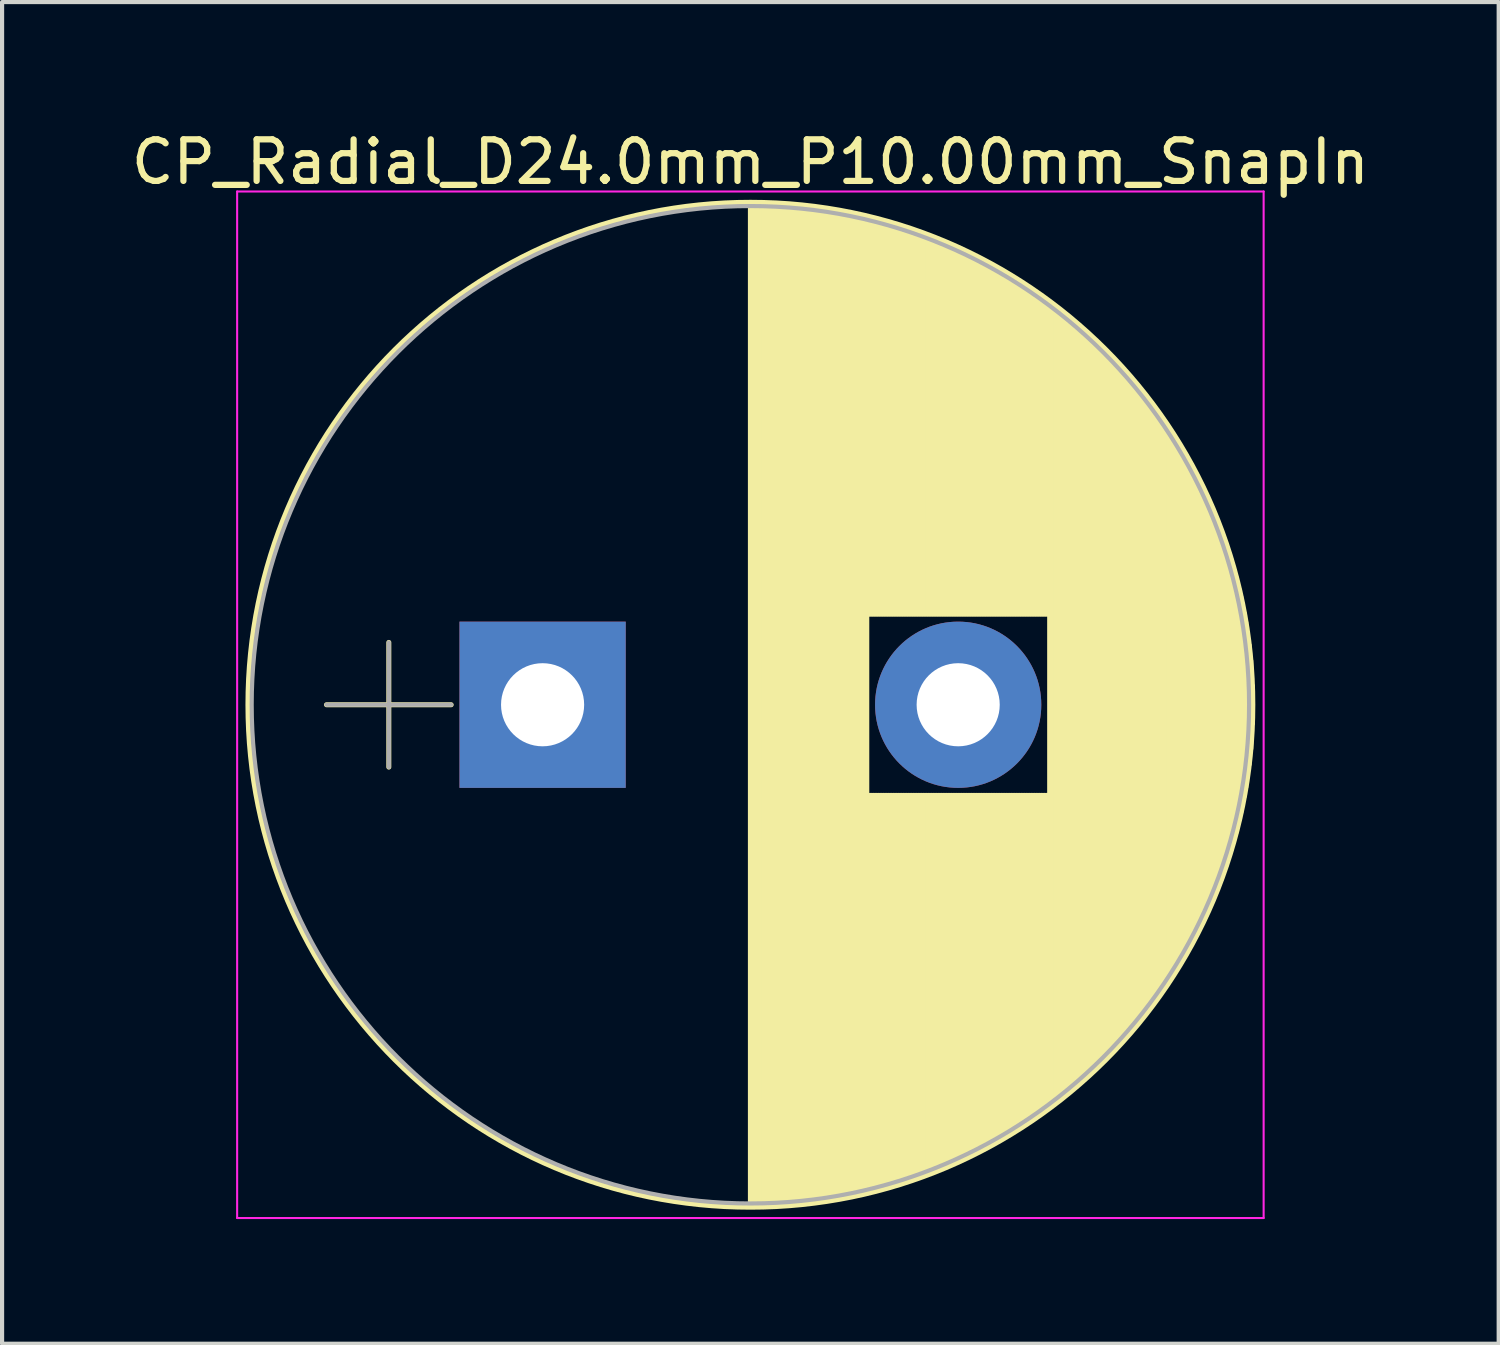
<source format=kicad_pcb>
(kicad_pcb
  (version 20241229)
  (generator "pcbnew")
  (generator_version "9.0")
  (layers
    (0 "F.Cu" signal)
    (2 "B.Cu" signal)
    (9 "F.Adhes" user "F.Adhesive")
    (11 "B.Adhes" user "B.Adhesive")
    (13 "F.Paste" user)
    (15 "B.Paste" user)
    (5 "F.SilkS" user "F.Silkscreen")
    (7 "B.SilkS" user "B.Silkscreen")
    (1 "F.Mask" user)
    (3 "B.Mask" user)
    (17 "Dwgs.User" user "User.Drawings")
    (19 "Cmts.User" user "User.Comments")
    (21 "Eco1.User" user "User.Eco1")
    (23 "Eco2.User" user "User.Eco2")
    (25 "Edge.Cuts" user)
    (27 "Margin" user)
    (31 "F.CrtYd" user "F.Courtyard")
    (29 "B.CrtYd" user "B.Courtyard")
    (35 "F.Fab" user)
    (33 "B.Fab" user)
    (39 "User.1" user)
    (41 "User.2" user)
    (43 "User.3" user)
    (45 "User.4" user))
  (footprint "CP_Radial_D24.0mm_P10.00mm_SnapIn"
    (layer "F.Cu")
    (at 10.006 13.908)
    (property "Reference" "CP_Radial_D24.0mm_P10.00mm_SnapIn" (at 5 -13.06 0) (layer "F.SilkS") (effects (font (size 1 1) (thickness 0.15))))
    (attr through_hole)
    (fp_line (start -5.2 0) (end -2.2 0) (stroke (width 0.12) (type solid)) (layer "F.SilkS"))
    (fp_line (start -3.7 -1.5) (end -3.7 1.5) (stroke (width 0.12) (type solid)) (layer "F.SilkS"))
    (fp_line (start 5 -12.05) (end 5 12.05) (stroke (width 0.12) (type solid)) (layer "F.SilkS"))
    (fp_line (start 5.04 -12.05) (end 5.04 12.05) (stroke (width 0.12) (type solid)) (layer "F.SilkS"))
    (fp_line (start 5.08 -12.05) (end 5.08 12.05) (stroke (width 0.12) (type solid)) (layer "F.SilkS"))
    (fp_line (start 5.12 -12.05) (end 5.12 12.05) (stroke (width 0.12) (type solid)) (layer "F.SilkS"))
    (fp_line (start 5.16 -12.049) (end 5.16 12.049) (stroke (width 0.12) (type solid)) (layer "F.SilkS"))
    (fp_line (start 5.2 -12.049) (end 5.2 12.049) (stroke (width 0.12) (type solid)) (layer "F.SilkS"))
    (fp_line (start 5.24 -12.048) (end 5.24 12.048) (stroke (width 0.12) (type solid)) (layer "F.SilkS"))
    (fp_line (start 5.28 -12.047) (end 5.28 12.047) (stroke (width 0.12) (type solid)) (layer "F.SilkS"))
    (fp_line (start 5.32 -12.046) (end 5.32 12.046) (stroke (width 0.12) (type solid)) (layer "F.SilkS"))
    (fp_line (start 5.36 -12.045) (end 5.36 12.045) (stroke (width 0.12) (type solid)) (layer "F.SilkS"))
    (fp_line (start 5.4 -12.044) (end 5.4 12.044) (stroke (width 0.12) (type solid)) (layer "F.SilkS"))
    (fp_line (start 5.44 -12.042) (end 5.44 12.042) (stroke (width 0.12) (type solid)) (layer "F.SilkS"))
    (fp_line (start 5.48 -12.041) (end 5.48 12.041) (stroke (width 0.12) (type solid)) (layer "F.SilkS"))
    (fp_line (start 5.52 -12.039) (end 5.52 12.039) (stroke (width 0.12) (type solid)) (layer "F.SilkS"))
    (fp_line (start 5.56 -12.038) (end 5.56 12.038) (stroke (width 0.12) (type solid)) (layer "F.SilkS"))
    (fp_line (start 5.6 -12.036) (end 5.6 12.036) (stroke (width 0.12) (type solid)) (layer "F.SilkS"))
    (fp_line (start 5.64 -12.034) (end 5.64 12.034) (stroke (width 0.12) (type solid)) (layer "F.SilkS"))
    (fp_line (start 5.68 -12.031) (end 5.68 12.031) (stroke (width 0.12) (type solid)) (layer "F.SilkS"))
    (fp_line (start 5.721 -12.029) (end 5.721 12.029) (stroke (width 0.12) (type solid)) (layer "F.SilkS"))
    (fp_line (start 5.761 -12.027) (end 5.761 12.027) (stroke (width 0.12) (type solid)) (layer "F.SilkS"))
    (fp_line (start 5.801 -12.024) (end 5.801 12.024) (stroke (width 0.12) (type solid)) (layer "F.SilkS"))
    (fp_line (start 5.841 -12.021) (end 5.841 12.021) (stroke (width 0.12) (type solid)) (layer "F.SilkS"))
    (fp_line (start 5.881 -12.018) (end 5.881 12.018) (stroke (width 0.12) (type solid)) (layer "F.SilkS"))
    (fp_line (start 5.921 -12.015) (end 5.921 12.015) (stroke (width 0.12) (type solid)) (layer "F.SilkS"))
    (fp_line (start 5.961 -12.012) (end 5.961 12.012) (stroke (width 0.12) (type solid)) (layer "F.SilkS"))
    (fp_line (start 6.001 -12.009) (end 6.001 12.009) (stroke (width 0.12) (type solid)) (layer "F.SilkS"))
    (fp_line (start 6.041 -12.006) (end 6.041 12.006) (stroke (width 0.12) (type solid)) (layer "F.SilkS"))
    (fp_line (start 6.081 -12.002) (end 6.081 12.002) (stroke (width 0.12) (type solid)) (layer "F.SilkS"))
    (fp_line (start 6.121 -11.999) (end 6.121 11.999) (stroke (width 0.12) (type solid)) (layer "F.SilkS"))
    (fp_line (start 6.161 -11.995) (end 6.161 11.995) (stroke (width 0.12) (type solid)) (layer "F.SilkS"))
    (fp_line (start 6.201 -11.991) (end 6.201 11.991) (stroke (width 0.12) (type solid)) (layer "F.SilkS"))
    (fp_line (start 6.241 -11.987) (end 6.241 11.987) (stroke (width 0.12) (type solid)) (layer "F.SilkS"))
    (fp_line (start 6.281 -11.983) (end 6.281 11.983) (stroke (width 0.12) (type solid)) (layer "F.SilkS"))
    (fp_line (start 6.321 -11.978) (end 6.321 11.978) (stroke (width 0.12) (type solid)) (layer "F.SilkS"))
    (fp_line (start 6.361 -11.974) (end 6.361 11.974) (stroke (width 0.12) (type solid)) (layer "F.SilkS"))
    (fp_line (start 6.401 -11.969) (end 6.401 11.969) (stroke (width 0.12) (type solid)) (layer "F.SilkS"))
    (fp_line (start 6.441 -11.964) (end 6.441 11.964) (stroke (width 0.12) (type solid)) (layer "F.SilkS"))
    (fp_line (start 6.481 -11.96) (end 6.481 11.96) (stroke (width 0.12) (type solid)) (layer "F.SilkS"))
    (fp_line (start 6.521 -11.955) (end 6.521 11.955) (stroke (width 0.12) (type solid)) (layer "F.SilkS"))
    (fp_line (start 6.561 -11.949) (end 6.561 11.949) (stroke (width 0.12) (type solid)) (layer "F.SilkS"))
    (fp_line (start 6.601 -11.944) (end 6.601 11.944) (stroke (width 0.12) (type solid)) (layer "F.SilkS"))
    (fp_line (start 6.641 -11.939) (end 6.641 11.939) (stroke (width 0.12) (type solid)) (layer "F.SilkS"))
    (fp_line (start 6.681 -11.933) (end 6.681 11.933) (stroke (width 0.12) (type solid)) (layer "F.SilkS"))
    (fp_line (start 6.721 -11.928) (end 6.721 11.928) (stroke (width 0.12) (type solid)) (layer "F.SilkS"))
    (fp_line (start 6.761 -11.922) (end 6.761 11.922) (stroke (width 0.12) (type solid)) (layer "F.SilkS"))
    (fp_line (start 6.801 -11.916) (end 6.801 11.916) (stroke (width 0.12) (type solid)) (layer "F.SilkS"))
    (fp_line (start 6.841 -11.91) (end 6.841 11.91) (stroke (width 0.12) (type solid)) (layer "F.SilkS"))
    (fp_line (start 6.881 -11.903) (end 6.881 11.903) (stroke (width 0.12) (type solid)) (layer "F.SilkS"))
    (fp_line (start 6.921 -11.897) (end 6.921 11.897) (stroke (width 0.12) (type solid)) (layer "F.SilkS"))
    (fp_line (start 6.961 -11.891) (end 6.961 11.891) (stroke (width 0.12) (type solid)) (layer "F.SilkS"))
    (fp_line (start 7.001 -11.884) (end 7.001 11.884) (stroke (width 0.12) (type solid)) (layer "F.SilkS"))
    (fp_line (start 7.041 -11.877) (end 7.041 11.877) (stroke (width 0.12) (type solid)) (layer "F.SilkS"))
    (fp_line (start 7.081 -11.87) (end 7.081 11.87) (stroke (width 0.12) (type solid)) (layer "F.SilkS"))
    (fp_line (start 7.121 -11.863) (end 7.121 11.863) (stroke (width 0.12) (type solid)) (layer "F.SilkS"))
    (fp_line (start 7.161 -11.856) (end 7.161 11.856) (stroke (width 0.12) (type solid)) (layer "F.SilkS"))
    (fp_line (start 7.201 -11.849) (end 7.201 11.849) (stroke (width 0.12) (type solid)) (layer "F.SilkS"))
    (fp_line (start 7.241 -11.841) (end 7.241 11.841) (stroke (width 0.12) (type solid)) (layer "F.SilkS"))
    (fp_line (start 7.281 -11.834) (end 7.281 11.834) (stroke (width 0.12) (type solid)) (layer "F.SilkS"))
    (fp_line (start 7.321 -11.826) (end 7.321 11.826) (stroke (width 0.12) (type solid)) (layer "F.SilkS"))
    (fp_line (start 7.361 -11.818) (end 7.361 11.818) (stroke (width 0.12) (type solid)) (layer "F.SilkS"))
    (fp_line (start 7.401 -11.81) (end 7.401 11.81) (stroke (width 0.12) (type solid)) (layer "F.SilkS"))
    (fp_line (start 7.441 -11.802) (end 7.441 11.802) (stroke (width 0.12) (type solid)) (layer "F.SilkS"))
    (fp_line (start 7.481 -11.793) (end 7.481 11.793) (stroke (width 0.12) (type solid)) (layer "F.SilkS"))
    (fp_line (start 7.521 -11.785) (end 7.521 11.785) (stroke (width 0.12) (type solid)) (layer "F.SilkS"))
    (fp_line (start 7.561 -11.776) (end 7.561 11.776) (stroke (width 0.12) (type solid)) (layer "F.SilkS"))
    (fp_line (start 7.601 -11.768) (end 7.601 11.768) (stroke (width 0.12) (type solid)) (layer "F.SilkS"))
    (fp_line (start 7.641 -11.759) (end 7.641 11.759) (stroke (width 0.12) (type solid)) (layer "F.SilkS"))
    (fp_line (start 7.681 -11.75) (end 7.681 11.75) (stroke (width 0.12) (type solid)) (layer "F.SilkS"))
    (fp_line (start 7.721 -11.741) (end 7.721 11.741) (stroke (width 0.12) (type solid)) (layer "F.SilkS"))
    (fp_line (start 7.761 -11.731) (end 7.761 11.731) (stroke (width 0.12) (type solid)) (layer "F.SilkS"))
    (fp_line (start 7.801 -11.722) (end 7.801 11.722) (stroke (width 0.12) (type solid)) (layer "F.SilkS"))
    (fp_line (start 7.841 -11.712) (end 7.841 -2.18) (stroke (width 0.12) (type solid)) (layer "F.SilkS"))
    (fp_line (start 7.841 2.18) (end 7.841 11.712) (stroke (width 0.12) (type solid)) (layer "F.SilkS"))
    (fp_line (start 7.881 -11.702) (end 7.881 -2.18) (stroke (width 0.12) (type solid)) (layer "F.SilkS"))
    (fp_line (start 7.881 2.18) (end 7.881 11.702) (stroke (width 0.12) (type solid)) (layer "F.SilkS"))
    (fp_line (start 7.921 -11.693) (end 7.921 -2.18) (stroke (width 0.12) (type solid)) (layer "F.SilkS"))
    (fp_line (start 7.921 2.18) (end 7.921 11.693) (stroke (width 0.12) (type solid)) (layer "F.SilkS"))
    (fp_line (start 7.961 -11.683) (end 7.961 -2.18) (stroke (width 0.12) (type solid)) (layer "F.SilkS"))
    (fp_line (start 7.961 2.18) (end 7.961 11.683) (stroke (width 0.12) (type solid)) (layer "F.SilkS"))
    (fp_line (start 8.001 -11.672) (end 8.001 -2.18) (stroke (width 0.12) (type solid)) (layer "F.SilkS"))
    (fp_line (start 8.001 2.18) (end 8.001 11.672) (stroke (width 0.12) (type solid)) (layer "F.SilkS"))
    (fp_line (start 8.041 -11.662) (end 8.041 -2.18) (stroke (width 0.12) (type solid)) (layer "F.SilkS"))
    (fp_line (start 8.041 2.18) (end 8.041 11.662) (stroke (width 0.12) (type solid)) (layer "F.SilkS"))
    (fp_line (start 8.081 -11.652) (end 8.081 -2.18) (stroke (width 0.12) (type solid)) (layer "F.SilkS"))
    (fp_line (start 8.081 2.18) (end 8.081 11.652) (stroke (width 0.12) (type solid)) (layer "F.SilkS"))
    (fp_line (start 8.121 -11.641) (end 8.121 -2.18) (stroke (width 0.12) (type solid)) (layer "F.SilkS"))
    (fp_line (start 8.121 2.18) (end 8.121 11.641) (stroke (width 0.12) (type solid)) (layer "F.SilkS"))
    (fp_line (start 8.161 -11.63) (end 8.161 -2.18) (stroke (width 0.12) (type solid)) (layer "F.SilkS"))
    (fp_line (start 8.161 2.18) (end 8.161 11.63) (stroke (width 0.12) (type solid)) (layer "F.SilkS"))
    (fp_line (start 8.201 -11.619) (end 8.201 -2.18) (stroke (width 0.12) (type solid)) (layer "F.SilkS"))
    (fp_line (start 8.201 2.18) (end 8.201 11.619) (stroke (width 0.12) (type solid)) (layer "F.SilkS"))
    (fp_line (start 8.241 -11.608) (end 8.241 -2.18) (stroke (width 0.12) (type solid)) (layer "F.SilkS"))
    (fp_line (start 8.241 2.18) (end 8.241 11.608) (stroke (width 0.12) (type solid)) (layer "F.SilkS"))
    (fp_line (start 8.281 -11.597) (end 8.281 -2.18) (stroke (width 0.12) (type solid)) (layer "F.SilkS"))
    (fp_line (start 8.281 2.18) (end 8.281 11.597) (stroke (width 0.12) (type solid)) (layer "F.SilkS"))
    (fp_line (start 8.321 -11.586) (end 8.321 -2.18) (stroke (width 0.12) (type solid)) (layer "F.SilkS"))
    (fp_line (start 8.321 2.18) (end 8.321 11.586) (stroke (width 0.12) (type solid)) (layer "F.SilkS"))
    (fp_line (start 8.361 -11.574) (end 8.361 -2.18) (stroke (width 0.12) (type solid)) (layer "F.SilkS"))
    (fp_line (start 8.361 2.18) (end 8.361 11.574) (stroke (width 0.12) (type solid)) (layer "F.SilkS"))
    (fp_line (start 8.401 -11.563) (end 8.401 -2.18) (stroke (width 0.12) (type solid)) (layer "F.SilkS"))
    (fp_line (start 8.401 2.18) (end 8.401 11.563) (stroke (width 0.12) (type solid)) (layer "F.SilkS"))
    (fp_line (start 8.441 -11.551) (end 8.441 -2.18) (stroke (width 0.12) (type solid)) (layer "F.SilkS"))
    (fp_line (start 8.441 2.18) (end 8.441 11.551) (stroke (width 0.12) (type solid)) (layer "F.SilkS"))
    (fp_line (start 8.481 -11.539) (end 8.481 -2.18) (stroke (width 0.12) (type solid)) (layer "F.SilkS"))
    (fp_line (start 8.481 2.18) (end 8.481 11.539) (stroke (width 0.12) (type solid)) (layer "F.SilkS"))
    (fp_line (start 8.521 -11.527) (end 8.521 -2.18) (stroke (width 0.12) (type solid)) (layer "F.SilkS"))
    (fp_line (start 8.521 2.18) (end 8.521 11.527) (stroke (width 0.12) (type solid)) (layer "F.SilkS"))
    (fp_line (start 8.561 -11.514) (end 8.561 -2.18) (stroke (width 0.12) (type solid)) (layer "F.SilkS"))
    (fp_line (start 8.561 2.18) (end 8.561 11.514) (stroke (width 0.12) (type solid)) (layer "F.SilkS"))
    (fp_line (start 8.601 -11.502) (end 8.601 -2.18) (stroke (width 0.12) (type solid)) (layer "F.SilkS"))
    (fp_line (start 8.601 2.18) (end 8.601 11.502) (stroke (width 0.12) (type solid)) (layer "F.SilkS"))
    (fp_line (start 8.641 -11.49) (end 8.641 -2.18) (stroke (width 0.12) (type solid)) (layer "F.SilkS"))
    (fp_line (start 8.641 2.18) (end 8.641 11.49) (stroke (width 0.12) (type solid)) (layer "F.SilkS"))
    (fp_line (start 8.681 -11.477) (end 8.681 -2.18) (stroke (width 0.12) (type solid)) (layer "F.SilkS"))
    (fp_line (start 8.681 2.18) (end 8.681 11.477) (stroke (width 0.12) (type solid)) (layer "F.SilkS"))
    (fp_line (start 8.721 -11.464) (end 8.721 -2.18) (stroke (width 0.12) (type solid)) (layer "F.SilkS"))
    (fp_line (start 8.721 2.18) (end 8.721 11.464) (stroke (width 0.12) (type solid)) (layer "F.SilkS"))
    (fp_line (start 8.761 -11.451) (end 8.761 -2.18) (stroke (width 0.12) (type solid)) (layer "F.SilkS"))
    (fp_line (start 8.761 2.18) (end 8.761 11.451) (stroke (width 0.12) (type solid)) (layer "F.SilkS"))
    (fp_line (start 8.801 -11.438) (end 8.801 -2.18) (stroke (width 0.12) (type solid)) (layer "F.SilkS"))
    (fp_line (start 8.801 2.18) (end 8.801 11.438) (stroke (width 0.12) (type solid)) (layer "F.SilkS"))
    (fp_line (start 8.841 -11.424) (end 8.841 -2.18) (stroke (width 0.12) (type solid)) (layer "F.SilkS"))
    (fp_line (start 8.841 2.18) (end 8.841 11.424) (stroke (width 0.12) (type solid)) (layer "F.SilkS"))
    (fp_line (start 8.881 -11.411) (end 8.881 -2.18) (stroke (width 0.12) (type solid)) (layer "F.SilkS"))
    (fp_line (start 8.881 2.18) (end 8.881 11.411) (stroke (width 0.12) (type solid)) (layer "F.SilkS"))
    (fp_line (start 8.921 -11.397) (end 8.921 -2.18) (stroke (width 0.12) (type solid)) (layer "F.SilkS"))
    (fp_line (start 8.921 2.18) (end 8.921 11.397) (stroke (width 0.12) (type solid)) (layer "F.SilkS"))
    (fp_line (start 8.961 -11.384) (end 8.961 -2.18) (stroke (width 0.12) (type solid)) (layer "F.SilkS"))
    (fp_line (start 8.961 2.18) (end 8.961 11.384) (stroke (width 0.12) (type solid)) (layer "F.SilkS"))
    (fp_line (start 9.001 -11.37) (end 9.001 -2.18) (stroke (width 0.12) (type solid)) (layer "F.SilkS"))
    (fp_line (start 9.001 2.18) (end 9.001 11.37) (stroke (width 0.12) (type solid)) (layer "F.SilkS"))
    (fp_line (start 9.041 -11.356) (end 9.041 -2.18) (stroke (width 0.12) (type solid)) (layer "F.SilkS"))
    (fp_line (start 9.041 2.18) (end 9.041 11.356) (stroke (width 0.12) (type solid)) (layer "F.SilkS"))
    (fp_line (start 9.081 -11.341) (end 9.081 -2.18) (stroke (width 0.12) (type solid)) (layer "F.SilkS"))
    (fp_line (start 9.081 2.18) (end 9.081 11.341) (stroke (width 0.12) (type solid)) (layer "F.SilkS"))
    (fp_line (start 9.121 -11.327) (end 9.121 -2.18) (stroke (width 0.12) (type solid)) (layer "F.SilkS"))
    (fp_line (start 9.121 2.18) (end 9.121 11.327) (stroke (width 0.12) (type solid)) (layer "F.SilkS"))
    (fp_line (start 9.161 -11.312) (end 9.161 -2.18) (stroke (width 0.12) (type solid)) (layer "F.SilkS"))
    (fp_line (start 9.161 2.18) (end 9.161 11.312) (stroke (width 0.12) (type solid)) (layer "F.SilkS"))
    (fp_line (start 9.201 -11.298) (end 9.201 -2.18) (stroke (width 0.12) (type solid)) (layer "F.SilkS"))
    (fp_line (start 9.201 2.18) (end 9.201 11.298) (stroke (width 0.12) (type solid)) (layer "F.SilkS"))
    (fp_line (start 9.241 -11.283) (end 9.241 -2.18) (stroke (width 0.12) (type solid)) (layer "F.SilkS"))
    (fp_line (start 9.241 2.18) (end 9.241 11.283) (stroke (width 0.12) (type solid)) (layer "F.SilkS"))
    (fp_line (start 9.281 -11.268) (end 9.281 -2.18) (stroke (width 0.12) (type solid)) (layer "F.SilkS"))
    (fp_line (start 9.281 2.18) (end 9.281 11.268) (stroke (width 0.12) (type solid)) (layer "F.SilkS"))
    (fp_line (start 9.321 -11.252) (end 9.321 -2.18) (stroke (width 0.12) (type solid)) (layer "F.SilkS"))
    (fp_line (start 9.321 2.18) (end 9.321 11.252) (stroke (width 0.12) (type solid)) (layer "F.SilkS"))
    (fp_line (start 9.361 -11.237) (end 9.361 -2.18) (stroke (width 0.12) (type solid)) (layer "F.SilkS"))
    (fp_line (start 9.361 2.18) (end 9.361 11.237) (stroke (width 0.12) (type solid)) (layer "F.SilkS"))
    (fp_line (start 9.401 -11.221) (end 9.401 -2.18) (stroke (width 0.12) (type solid)) (layer "F.SilkS"))
    (fp_line (start 9.401 2.18) (end 9.401 11.221) (stroke (width 0.12) (type solid)) (layer "F.SilkS"))
    (fp_line (start 9.441 -11.206) (end 9.441 -2.18) (stroke (width 0.12) (type solid)) (layer "F.SilkS"))
    (fp_line (start 9.441 2.18) (end 9.441 11.206) (stroke (width 0.12) (type solid)) (layer "F.SilkS"))
    (fp_line (start 9.481 -11.19) (end 9.481 -2.18) (stroke (width 0.12) (type solid)) (layer "F.SilkS"))
    (fp_line (start 9.481 2.18) (end 9.481 11.19) (stroke (width 0.12) (type solid)) (layer "F.SilkS"))
    (fp_line (start 9.521 -11.174) (end 9.521 -2.18) (stroke (width 0.12) (type solid)) (layer "F.SilkS"))
    (fp_line (start 9.521 2.18) (end 9.521 11.174) (stroke (width 0.12) (type solid)) (layer "F.SilkS"))
    (fp_line (start 9.561 -11.158) (end 9.561 -2.18) (stroke (width 0.12) (type solid)) (layer "F.SilkS"))
    (fp_line (start 9.561 2.18) (end 9.561 11.158) (stroke (width 0.12) (type solid)) (layer "F.SilkS"))
    (fp_line (start 9.601 -11.141) (end 9.601 -2.18) (stroke (width 0.12) (type solid)) (layer "F.SilkS"))
    (fp_line (start 9.601 2.18) (end 9.601 11.141) (stroke (width 0.12) (type solid)) (layer "F.SilkS"))
    (fp_line (start 9.641 -11.125) (end 9.641 -2.18) (stroke (width 0.12) (type solid)) (layer "F.SilkS"))
    (fp_line (start 9.641 2.18) (end 9.641 11.125) (stroke (width 0.12) (type solid)) (layer "F.SilkS"))
    (fp_line (start 9.681 -11.108) (end 9.681 -2.18) (stroke (width 0.12) (type solid)) (layer "F.SilkS"))
    (fp_line (start 9.681 2.18) (end 9.681 11.108) (stroke (width 0.12) (type solid)) (layer "F.SilkS"))
    (fp_line (start 9.721 -11.091) (end 9.721 -2.18) (stroke (width 0.12) (type solid)) (layer "F.SilkS"))
    (fp_line (start 9.721 2.18) (end 9.721 11.091) (stroke (width 0.12) (type solid)) (layer "F.SilkS"))
    (fp_line (start 9.761 -11.074) (end 9.761 -2.18) (stroke (width 0.12) (type solid)) (layer "F.SilkS"))
    (fp_line (start 9.761 2.18) (end 9.761 11.074) (stroke (width 0.12) (type solid)) (layer "F.SilkS"))
    (fp_line (start 9.801 -11.057) (end 9.801 -2.18) (stroke (width 0.12) (type solid)) (layer "F.SilkS"))
    (fp_line (start 9.801 2.18) (end 9.801 11.057) (stroke (width 0.12) (type solid)) (layer "F.SilkS"))
    (fp_line (start 9.841 -11.039) (end 9.841 -2.18) (stroke (width 0.12) (type solid)) (layer "F.SilkS"))
    (fp_line (start 9.841 2.18) (end 9.841 11.039) (stroke (width 0.12) (type solid)) (layer "F.SilkS"))
    (fp_line (start 9.881 -11.022) (end 9.881 -2.18) (stroke (width 0.12) (type solid)) (layer "F.SilkS"))
    (fp_line (start 9.881 2.18) (end 9.881 11.022) (stroke (width 0.12) (type solid)) (layer "F.SilkS"))
    (fp_line (start 9.921 -11.004) (end 9.921 -2.18) (stroke (width 0.12) (type solid)) (layer "F.SilkS"))
    (fp_line (start 9.921 2.18) (end 9.921 11.004) (stroke (width 0.12) (type solid)) (layer "F.SilkS"))
    (fp_line (start 9.961 -10.986) (end 9.961 -2.18) (stroke (width 0.12) (type solid)) (layer "F.SilkS"))
    (fp_line (start 9.961 2.18) (end 9.961 10.986) (stroke (width 0.12) (type solid)) (layer "F.SilkS"))
    (fp_line (start 10.001 -10.968) (end 10.001 -2.18) (stroke (width 0.12) (type solid)) (layer "F.SilkS"))
    (fp_line (start 10.001 2.18) (end 10.001 10.968) (stroke (width 0.12) (type solid)) (layer "F.SilkS"))
    (fp_line (start 10.041 -10.95) (end 10.041 -2.18) (stroke (width 0.12) (type solid)) (layer "F.SilkS"))
    (fp_line (start 10.041 2.18) (end 10.041 10.95) (stroke (width 0.12) (type solid)) (layer "F.SilkS"))
    (fp_line (start 10.081 -10.931) (end 10.081 -2.18) (stroke (width 0.12) (type solid)) (layer "F.SilkS"))
    (fp_line (start 10.081 2.18) (end 10.081 10.931) (stroke (width 0.12) (type solid)) (layer "F.SilkS"))
    (fp_line (start 10.121 -10.913) (end 10.121 -2.18) (stroke (width 0.12) (type solid)) (layer "F.SilkS"))
    (fp_line (start 10.121 2.18) (end 10.121 10.913) (stroke (width 0.12) (type solid)) (layer "F.SilkS"))
    (fp_line (start 10.161 -10.894) (end 10.161 -2.18) (stroke (width 0.12) (type solid)) (layer "F.SilkS"))
    (fp_line (start 10.161 2.18) (end 10.161 10.894) (stroke (width 0.12) (type solid)) (layer "F.SilkS"))
    (fp_line (start 10.201 -10.875) (end 10.201 -2.18) (stroke (width 0.12) (type solid)) (layer "F.SilkS"))
    (fp_line (start 10.201 2.18) (end 10.201 10.875) (stroke (width 0.12) (type solid)) (layer "F.SilkS"))
    (fp_line (start 10.241 -10.856) (end 10.241 -2.18) (stroke (width 0.12) (type solid)) (layer "F.SilkS"))
    (fp_line (start 10.241 2.18) (end 10.241 10.856) (stroke (width 0.12) (type solid)) (layer "F.SilkS"))
    (fp_line (start 10.281 -10.837) (end 10.281 -2.18) (stroke (width 0.12) (type solid)) (layer "F.SilkS"))
    (fp_line (start 10.281 2.18) (end 10.281 10.837) (stroke (width 0.12) (type solid)) (layer "F.SilkS"))
    (fp_line (start 10.321 -10.817) (end 10.321 -2.18) (stroke (width 0.12) (type solid)) (layer "F.SilkS"))
    (fp_line (start 10.321 2.18) (end 10.321 10.817) (stroke (width 0.12) (type solid)) (layer "F.SilkS"))
    (fp_line (start 10.361 -10.797) (end 10.361 -2.18) (stroke (width 0.12) (type solid)) (layer "F.SilkS"))
    (fp_line (start 10.361 2.18) (end 10.361 10.797) (stroke (width 0.12) (type solid)) (layer "F.SilkS"))
    (fp_line (start 10.401 -10.778) (end 10.401 -2.18) (stroke (width 0.12) (type solid)) (layer "F.SilkS"))
    (fp_line (start 10.401 2.18) (end 10.401 10.778) (stroke (width 0.12) (type solid)) (layer "F.SilkS"))
    (fp_line (start 10.441 -10.757) (end 10.441 -2.18) (stroke (width 0.12) (type solid)) (layer "F.SilkS"))
    (fp_line (start 10.441 2.18) (end 10.441 10.757) (stroke (width 0.12) (type solid)) (layer "F.SilkS"))
    (fp_line (start 10.481 -10.737) (end 10.481 -2.18) (stroke (width 0.12) (type solid)) (layer "F.SilkS"))
    (fp_line (start 10.481 2.18) (end 10.481 10.737) (stroke (width 0.12) (type solid)) (layer "F.SilkS"))
    (fp_line (start 10.521 -10.717) (end 10.521 -2.18) (stroke (width 0.12) (type solid)) (layer "F.SilkS"))
    (fp_line (start 10.521 2.18) (end 10.521 10.717) (stroke (width 0.12) (type solid)) (layer "F.SilkS"))
    (fp_line (start 10.561 -10.696) (end 10.561 -2.18) (stroke (width 0.12) (type solid)) (layer "F.SilkS"))
    (fp_line (start 10.561 2.18) (end 10.561 10.696) (stroke (width 0.12) (type solid)) (layer "F.SilkS"))
    (fp_line (start 10.601 -10.675) (end 10.601 -2.18) (stroke (width 0.12) (type solid)) (layer "F.SilkS"))
    (fp_line (start 10.601 2.18) (end 10.601 10.675) (stroke (width 0.12) (type solid)) (layer "F.SilkS"))
    (fp_line (start 10.641 -10.654) (end 10.641 -2.18) (stroke (width 0.12) (type solid)) (layer "F.SilkS"))
    (fp_line (start 10.641 2.18) (end 10.641 10.654) (stroke (width 0.12) (type solid)) (layer "F.SilkS"))
    (fp_line (start 10.681 -10.633) (end 10.681 -2.18) (stroke (width 0.12) (type solid)) (layer "F.SilkS"))
    (fp_line (start 10.681 2.18) (end 10.681 10.633) (stroke (width 0.12) (type solid)) (layer "F.SilkS"))
    (fp_line (start 10.721 -10.612) (end 10.721 -2.18) (stroke (width 0.12) (type solid)) (layer "F.SilkS"))
    (fp_line (start 10.721 2.18) (end 10.721 10.612) (stroke (width 0.12) (type solid)) (layer "F.SilkS"))
    (fp_line (start 10.761 -10.59) (end 10.761 -2.18) (stroke (width 0.12) (type solid)) (layer "F.SilkS"))
    (fp_line (start 10.761 2.18) (end 10.761 10.59) (stroke (width 0.12) (type solid)) (layer "F.SilkS"))
    (fp_line (start 10.801 -10.568) (end 10.801 -2.18) (stroke (width 0.12) (type solid)) (layer "F.SilkS"))
    (fp_line (start 10.801 2.18) (end 10.801 10.568) (stroke (width 0.12) (type solid)) (layer "F.SilkS"))
    (fp_line (start 10.841 -10.546) (end 10.841 -2.18) (stroke (width 0.12) (type solid)) (layer "F.SilkS"))
    (fp_line (start 10.841 2.18) (end 10.841 10.546) (stroke (width 0.12) (type solid)) (layer "F.SilkS"))
    (fp_line (start 10.881 -10.524) (end 10.881 -2.18) (stroke (width 0.12) (type solid)) (layer "F.SilkS"))
    (fp_line (start 10.881 2.18) (end 10.881 10.524) (stroke (width 0.12) (type solid)) (layer "F.SilkS"))
    (fp_line (start 10.921 -10.502) (end 10.921 -2.18) (stroke (width 0.12) (type solid)) (layer "F.SilkS"))
    (fp_line (start 10.921 2.18) (end 10.921 10.502) (stroke (width 0.12) (type solid)) (layer "F.SilkS"))
    (fp_line (start 10.961 -10.479) (end 10.961 -2.18) (stroke (width 0.12) (type solid)) (layer "F.SilkS"))
    (fp_line (start 10.961 2.18) (end 10.961 10.479) (stroke (width 0.12) (type solid)) (layer "F.SilkS"))
    (fp_line (start 11.001 -10.457) (end 11.001 -2.18) (stroke (width 0.12) (type solid)) (layer "F.SilkS"))
    (fp_line (start 11.001 2.18) (end 11.001 10.457) (stroke (width 0.12) (type solid)) (layer "F.SilkS"))
    (fp_line (start 11.041 -10.434) (end 11.041 -2.18) (stroke (width 0.12) (type solid)) (layer "F.SilkS"))
    (fp_line (start 11.041 2.18) (end 11.041 10.434) (stroke (width 0.12) (type solid)) (layer "F.SilkS"))
    (fp_line (start 11.081 -10.41) (end 11.081 -2.18) (stroke (width 0.12) (type solid)) (layer "F.SilkS"))
    (fp_line (start 11.081 2.18) (end 11.081 10.41) (stroke (width 0.12) (type solid)) (layer "F.SilkS"))
    (fp_line (start 11.121 -10.387) (end 11.121 -2.18) (stroke (width 0.12) (type solid)) (layer "F.SilkS"))
    (fp_line (start 11.121 2.18) (end 11.121 10.387) (stroke (width 0.12) (type solid)) (layer "F.SilkS"))
    (fp_line (start 11.161 -10.364) (end 11.161 -2.18) (stroke (width 0.12) (type solid)) (layer "F.SilkS"))
    (fp_line (start 11.161 2.18) (end 11.161 10.364) (stroke (width 0.12) (type solid)) (layer "F.SilkS"))
    (fp_line (start 11.201 -10.34) (end 11.201 -2.18) (stroke (width 0.12) (type solid)) (layer "F.SilkS"))
    (fp_line (start 11.201 2.18) (end 11.201 10.34) (stroke (width 0.12) (type solid)) (layer "F.SilkS"))
    (fp_line (start 11.241 -10.316) (end 11.241 -2.18) (stroke (width 0.12) (type solid)) (layer "F.SilkS"))
    (fp_line (start 11.241 2.18) (end 11.241 10.316) (stroke (width 0.12) (type solid)) (layer "F.SilkS"))
    (fp_line (start 11.281 -10.292) (end 11.281 -2.18) (stroke (width 0.12) (type solid)) (layer "F.SilkS"))
    (fp_line (start 11.281 2.18) (end 11.281 10.292) (stroke (width 0.12) (type solid)) (layer "F.SilkS"))
    (fp_line (start 11.321 -10.267) (end 11.321 -2.18) (stroke (width 0.12) (type solid)) (layer "F.SilkS"))
    (fp_line (start 11.321 2.18) (end 11.321 10.267) (stroke (width 0.12) (type solid)) (layer "F.SilkS"))
    (fp_line (start 11.361 -10.242) (end 11.361 -2.18) (stroke (width 0.12) (type solid)) (layer "F.SilkS"))
    (fp_line (start 11.361 2.18) (end 11.361 10.242) (stroke (width 0.12) (type solid)) (layer "F.SilkS"))
    (fp_line (start 11.401 -10.218) (end 11.401 -2.18) (stroke (width 0.12) (type solid)) (layer "F.SilkS"))
    (fp_line (start 11.401 2.18) (end 11.401 10.218) (stroke (width 0.12) (type solid)) (layer "F.SilkS"))
    (fp_line (start 11.441 -10.193) (end 11.441 -2.18) (stroke (width 0.12) (type solid)) (layer "F.SilkS"))
    (fp_line (start 11.441 2.18) (end 11.441 10.193) (stroke (width 0.12) (type solid)) (layer "F.SilkS"))
    (fp_line (start 11.481 -10.167) (end 11.481 -2.18) (stroke (width 0.12) (type solid)) (layer "F.SilkS"))
    (fp_line (start 11.481 2.18) (end 11.481 10.167) (stroke (width 0.12) (type solid)) (layer "F.SilkS"))
    (fp_line (start 11.521 -10.142) (end 11.521 -2.18) (stroke (width 0.12) (type solid)) (layer "F.SilkS"))
    (fp_line (start 11.521 2.18) (end 11.521 10.142) (stroke (width 0.12) (type solid)) (layer "F.SilkS"))
    (fp_line (start 11.561 -10.116) (end 11.561 -2.18) (stroke (width 0.12) (type solid)) (layer "F.SilkS"))
    (fp_line (start 11.561 2.18) (end 11.561 10.116) (stroke (width 0.12) (type solid)) (layer "F.SilkS"))
    (fp_line (start 11.601 -10.09) (end 11.601 -2.18) (stroke (width 0.12) (type solid)) (layer "F.SilkS"))
    (fp_line (start 11.601 2.18) (end 11.601 10.09) (stroke (width 0.12) (type solid)) (layer "F.SilkS"))
    (fp_line (start 11.641 -10.064) (end 11.641 -2.18) (stroke (width 0.12) (type solid)) (layer "F.SilkS"))
    (fp_line (start 11.641 2.18) (end 11.641 10.064) (stroke (width 0.12) (type solid)) (layer "F.SilkS"))
    (fp_line (start 11.681 -10.037) (end 11.681 -2.18) (stroke (width 0.12) (type solid)) (layer "F.SilkS"))
    (fp_line (start 11.681 2.18) (end 11.681 10.037) (stroke (width 0.12) (type solid)) (layer "F.SilkS"))
    (fp_line (start 11.721 -10.011) (end 11.721 -2.18) (stroke (width 0.12) (type solid)) (layer "F.SilkS"))
    (fp_line (start 11.721 2.18) (end 11.721 10.011) (stroke (width 0.12) (type solid)) (layer "F.SilkS"))
    (fp_line (start 11.761 -9.984) (end 11.761 -2.18) (stroke (width 0.12) (type solid)) (layer "F.SilkS"))
    (fp_line (start 11.761 2.18) (end 11.761 9.984) (stroke (width 0.12) (type solid)) (layer "F.SilkS"))
    (fp_line (start 11.801 -9.957) (end 11.801 -2.18) (stroke (width 0.12) (type solid)) (layer "F.SilkS"))
    (fp_line (start 11.801 2.18) (end 11.801 9.957) (stroke (width 0.12) (type solid)) (layer "F.SilkS"))
    (fp_line (start 11.841 -9.93) (end 11.841 -2.18) (stroke (width 0.12) (type solid)) (layer "F.SilkS"))
    (fp_line (start 11.841 2.18) (end 11.841 9.93) (stroke (width 0.12) (type solid)) (layer "F.SilkS"))
    (fp_line (start 11.881 -9.902) (end 11.881 -2.18) (stroke (width 0.12) (type solid)) (layer "F.SilkS"))
    (fp_line (start 11.881 2.18) (end 11.881 9.902) (stroke (width 0.12) (type solid)) (layer "F.SilkS"))
    (fp_line (start 11.921 -9.874) (end 11.921 -2.18) (stroke (width 0.12) (type solid)) (layer "F.SilkS"))
    (fp_line (start 11.921 2.18) (end 11.921 9.874) (stroke (width 0.12) (type solid)) (layer "F.SilkS"))
    (fp_line (start 11.961 -9.846) (end 11.961 -2.18) (stroke (width 0.12) (type solid)) (layer "F.SilkS"))
    (fp_line (start 11.961 2.18) (end 11.961 9.846) (stroke (width 0.12) (type solid)) (layer "F.SilkS"))
    (fp_line (start 12.001 -9.818) (end 12.001 -2.18) (stroke (width 0.12) (type solid)) (layer "F.SilkS"))
    (fp_line (start 12.001 2.18) (end 12.001 9.818) (stroke (width 0.12) (type solid)) (layer "F.SilkS"))
    (fp_line (start 12.041 -9.789) (end 12.041 -2.18) (stroke (width 0.12) (type solid)) (layer "F.SilkS"))
    (fp_line (start 12.041 2.18) (end 12.041 9.789) (stroke (width 0.12) (type solid)) (layer "F.SilkS"))
    (fp_line (start 12.081 -9.761) (end 12.081 -2.18) (stroke (width 0.12) (type solid)) (layer "F.SilkS"))
    (fp_line (start 12.081 2.18) (end 12.081 9.761) (stroke (width 0.12) (type solid)) (layer "F.SilkS"))
    (fp_line (start 12.121 -9.732) (end 12.121 -2.18) (stroke (width 0.12) (type solid)) (layer "F.SilkS"))
    (fp_line (start 12.121 2.18) (end 12.121 9.732) (stroke (width 0.12) (type solid)) (layer "F.SilkS"))
    (fp_line (start 12.161 -9.702) (end 12.161 -2.18) (stroke (width 0.12) (type solid)) (layer "F.SilkS"))
    (fp_line (start 12.161 2.18) (end 12.161 9.702) (stroke (width 0.12) (type solid)) (layer "F.SilkS"))
    (fp_line (start 12.201 -9.673) (end 12.201 9.673) (stroke (width 0.12) (type solid)) (layer "F.SilkS"))
    (fp_line (start 12.241 -9.643) (end 12.241 9.643) (stroke (width 0.12) (type solid)) (layer "F.SilkS"))
    (fp_line (start 12.281 -9.613) (end 12.281 9.613) (stroke (width 0.12) (type solid)) (layer "F.SilkS"))
    (fp_line (start 12.321 -9.583) (end 12.321 9.583) (stroke (width 0.12) (type solid)) (layer "F.SilkS"))
    (fp_line (start 12.361 -9.552) (end 12.361 9.552) (stroke (width 0.12) (type solid)) (layer "F.SilkS"))
    (fp_line (start 12.401 -9.521) (end 12.401 9.521) (stroke (width 0.12) (type solid)) (layer "F.SilkS"))
    (fp_line (start 12.441 -9.49) (end 12.441 9.49) (stroke (width 0.12) (type solid)) (layer "F.SilkS"))
    (fp_line (start 12.481 -9.459) (end 12.481 9.459) (stroke (width 0.12) (type solid)) (layer "F.SilkS"))
    (fp_line (start 12.521 -9.427) (end 12.521 9.427) (stroke (width 0.12) (type solid)) (layer "F.SilkS"))
    (fp_line (start 12.561 -9.395) (end 12.561 9.395) (stroke (width 0.12) (type solid)) (layer "F.SilkS"))
    (fp_line (start 12.601 -9.363) (end 12.601 9.363) (stroke (width 0.12) (type solid)) (layer "F.SilkS"))
    (fp_line (start 12.641 -9.331) (end 12.641 9.331) (stroke (width 0.12) (type solid)) (layer "F.SilkS"))
    (fp_line (start 12.681 -9.298) (end 12.681 9.298) (stroke (width 0.12) (type solid)) (layer "F.SilkS"))
    (fp_line (start 12.721 -9.265) (end 12.721 9.265) (stroke (width 0.12) (type solid)) (layer "F.SilkS"))
    (fp_line (start 12.761 -9.231) (end 12.761 9.231) (stroke (width 0.12) (type solid)) (layer "F.SilkS"))
    (fp_line (start 12.801 -9.198) (end 12.801 9.198) (stroke (width 0.12) (type solid)) (layer "F.SilkS"))
    (fp_line (start 12.841 -9.164) (end 12.841 9.164) (stroke (width 0.12) (type solid)) (layer "F.SilkS"))
    (fp_line (start 12.881 -9.13) (end 12.881 9.13) (stroke (width 0.12) (type solid)) (layer "F.SilkS"))
    (fp_line (start 12.921 -9.095) (end 12.921 9.095) (stroke (width 0.12) (type solid)) (layer "F.SilkS"))
    (fp_line (start 12.961 -9.06) (end 12.961 9.06) (stroke (width 0.12) (type solid)) (layer "F.SilkS"))
    (fp_line (start 13.001 -9.025) (end 13.001 9.025) (stroke (width 0.12) (type solid)) (layer "F.SilkS"))
    (fp_line (start 13.041 -8.99) (end 13.041 8.99) (stroke (width 0.12) (type solid)) (layer "F.SilkS"))
    (fp_line (start 13.081 -8.954) (end 13.081 8.954) (stroke (width 0.12) (type solid)) (layer "F.SilkS"))
    (fp_line (start 13.121 -8.918) (end 13.121 8.918) (stroke (width 0.12) (type solid)) (layer "F.SilkS"))
    (fp_line (start 13.161 -8.881) (end 13.161 8.881) (stroke (width 0.12) (type solid)) (layer "F.SilkS"))
    (fp_line (start 13.2 -8.845) (end 13.2 8.845) (stroke (width 0.12) (type solid)) (layer "F.SilkS"))
    (fp_line (start 13.24 -8.808) (end 13.24 8.808) (stroke (width 0.12) (type solid)) (layer "F.SilkS"))
    (fp_line (start 13.28 -8.77) (end 13.28 8.77) (stroke (width 0.12) (type solid)) (layer "F.SilkS"))
    (fp_line (start 13.32 -8.732) (end 13.32 8.732) (stroke (width 0.12) (type solid)) (layer "F.SilkS"))
    (fp_line (start 13.36 -8.694) (end 13.36 8.694) (stroke (width 0.12) (type solid)) (layer "F.SilkS"))
    (fp_line (start 13.4 -8.656) (end 13.4 8.656) (stroke (width 0.12) (type solid)) (layer "F.SilkS"))
    (fp_line (start 13.44 -8.617) (end 13.44 8.617) (stroke (width 0.12) (type solid)) (layer "F.SilkS"))
    (fp_line (start 13.48 -8.578) (end 13.48 8.578) (stroke (width 0.12) (type solid)) (layer "F.SilkS"))
    (fp_line (start 13.52 -8.538) (end 13.52 8.538) (stroke (width 0.12) (type solid)) (layer "F.SilkS"))
    (fp_line (start 13.56 -8.498) (end 13.56 8.498) (stroke (width 0.12) (type solid)) (layer "F.SilkS"))
    (fp_line (start 13.6 -8.458) (end 13.6 8.458) (stroke (width 0.12) (type solid)) (layer "F.SilkS"))
    (fp_line (start 13.64 -8.417) (end 13.64 8.417) (stroke (width 0.12) (type solid)) (layer "F.SilkS"))
    (fp_line (start 13.68 -8.376) (end 13.68 8.376) (stroke (width 0.12) (type solid)) (layer "F.SilkS"))
    (fp_line (start 13.72 -8.335) (end 13.72 8.335) (stroke (width 0.12) (type solid)) (layer "F.SilkS"))
    (fp_line (start 13.76 -8.293) (end 13.76 8.293) (stroke (width 0.12) (type solid)) (layer "F.SilkS"))
    (fp_line (start 13.8 -8.251) (end 13.8 8.251) (stroke (width 0.12) (type solid)) (layer "F.SilkS"))
    (fp_line (start 13.84 -8.208) (end 13.84 8.208) (stroke (width 0.12) (type solid)) (layer "F.SilkS"))
    (fp_line (start 13.88 -8.165) (end 13.88 8.165) (stroke (width 0.12) (type solid)) (layer "F.SilkS"))
    (fp_line (start 13.92 -8.121) (end 13.92 8.121) (stroke (width 0.12) (type solid)) (layer "F.SilkS"))
    (fp_line (start 13.96 -8.078) (end 13.96 8.078) (stroke (width 0.12) (type solid)) (layer "F.SilkS"))
    (fp_line (start 14 -8.033) (end 14 8.033) (stroke (width 0.12) (type solid)) (layer "F.SilkS"))
    (fp_line (start 14.04 -7.988) (end 14.04 7.988) (stroke (width 0.12) (type solid)) (layer "F.SilkS"))
    (fp_line (start 14.08 -7.943) (end 14.08 7.943) (stroke (width 0.12) (type solid)) (layer "F.SilkS"))
    (fp_line (start 14.12 -7.897) (end 14.12 7.897) (stroke (width 0.12) (type solid)) (layer "F.SilkS"))
    (fp_line (start 14.16 -7.851) (end 14.16 7.851) (stroke (width 0.12) (type solid)) (layer "F.SilkS"))
    (fp_line (start 14.2 -7.804) (end 14.2 7.804) (stroke (width 0.12) (type solid)) (layer "F.SilkS"))
    (fp_line (start 14.24 -7.757) (end 14.24 7.757) (stroke (width 0.12) (type solid)) (layer "F.SilkS"))
    (fp_line (start 14.28 -7.71) (end 14.28 7.71) (stroke (width 0.12) (type solid)) (layer "F.SilkS"))
    (fp_line (start 14.32 -7.662) (end 14.32 7.662) (stroke (width 0.12) (type solid)) (layer "F.SilkS"))
    (fp_line (start 14.36 -7.613) (end 14.36 7.613) (stroke (width 0.12) (type solid)) (layer "F.SilkS"))
    (fp_line (start 14.4 -7.564) (end 14.4 7.564) (stroke (width 0.12) (type solid)) (layer "F.SilkS"))
    (fp_line (start 14.44 -7.514) (end 14.44 7.514) (stroke (width 0.12) (type solid)) (layer "F.SilkS"))
    (fp_line (start 14.48 -7.464) (end 14.48 7.464) (stroke (width 0.12) (type solid)) (layer "F.SilkS"))
    (fp_line (start 14.52 -7.413) (end 14.52 7.413) (stroke (width 0.12) (type solid)) (layer "F.SilkS"))
    (fp_line (start 14.56 -7.361) (end 14.56 7.361) (stroke (width 0.12) (type solid)) (layer "F.SilkS"))
    (fp_line (start 14.6 -7.31) (end 14.6 7.31) (stroke (width 0.12) (type solid)) (layer "F.SilkS"))
    (fp_line (start 14.64 -7.257) (end 14.64 7.257) (stroke (width 0.12) (type solid)) (layer "F.SilkS"))
    (fp_line (start 14.68 -7.204) (end 14.68 7.204) (stroke (width 0.12) (type solid)) (layer "F.SilkS"))
    (fp_line (start 14.72 -7.15) (end 14.72 7.15) (stroke (width 0.12) (type solid)) (layer "F.SilkS"))
    (fp_line (start 14.76 -7.096) (end 14.76 7.096) (stroke (width 0.12) (type solid)) (layer "F.SilkS"))
    (fp_line (start 14.8 -7.041) (end 14.8 7.041) (stroke (width 0.12) (type solid)) (layer "F.SilkS"))
    (fp_line (start 14.84 -6.985) (end 14.84 6.985) (stroke (width 0.12) (type solid)) (layer "F.SilkS"))
    (fp_line (start 14.88 -6.929) (end 14.88 6.929) (stroke (width 0.12) (type solid)) (layer "F.SilkS"))
    (fp_line (start 14.92 -6.871) (end 14.92 6.871) (stroke (width 0.12) (type solid)) (layer "F.SilkS"))
    (fp_line (start 14.96 -6.814) (end 14.96 6.814) (stroke (width 0.12) (type solid)) (layer "F.SilkS"))
    (fp_line (start 15 -6.755) (end 15 6.755) (stroke (width 0.12) (type solid)) (layer "F.SilkS"))
    (fp_line (start 15.04 -6.696) (end 15.04 6.696) (stroke (width 0.12) (type solid)) (layer "F.SilkS"))
    (fp_line (start 15.08 -6.636) (end 15.08 6.636) (stroke (width 0.12) (type solid)) (layer "F.SilkS"))
    (fp_line (start 15.12 -6.575) (end 15.12 6.575) (stroke (width 0.12) (type solid)) (layer "F.SilkS"))
    (fp_line (start 15.16 -6.514) (end 15.16 6.514) (stroke (width 0.12) (type solid)) (layer "F.SilkS"))
    (fp_line (start 15.2 -6.451) (end 15.2 6.451) (stroke (width 0.12) (type solid)) (layer "F.SilkS"))
    (fp_line (start 15.24 -6.388) (end 15.24 6.388) (stroke (width 0.12) (type solid)) (layer "F.SilkS"))
    (fp_line (start 15.28 -6.324) (end 15.28 6.324) (stroke (width 0.12) (type solid)) (layer "F.SilkS"))
    (fp_line (start 15.32 -6.259) (end 15.32 6.259) (stroke (width 0.12) (type solid)) (layer "F.SilkS"))
    (fp_line (start 15.36 -6.193) (end 15.36 6.193) (stroke (width 0.12) (type solid)) (layer "F.SilkS"))
    (fp_line (start 15.4 -6.126) (end 15.4 6.126) (stroke (width 0.12) (type solid)) (layer "F.SilkS"))
    (fp_line (start 15.44 -6.058) (end 15.44 6.058) (stroke (width 0.12) (type solid)) (layer "F.SilkS"))
    (fp_line (start 15.48 -5.989) (end 15.48 5.989) (stroke (width 0.12) (type solid)) (layer "F.SilkS"))
    (fp_line (start 15.52 -5.918) (end 15.52 5.918) (stroke (width 0.12) (type solid)) (layer "F.SilkS"))
    (fp_line (start 15.56 -5.847) (end 15.56 5.847) (stroke (width 0.12) (type solid)) (layer "F.SilkS"))
    (fp_line (start 15.6 -5.775) (end 15.6 5.775) (stroke (width 0.12) (type solid)) (layer "F.SilkS"))
    (fp_line (start 15.64 -5.701) (end 15.64 5.701) (stroke (width 0.12) (type solid)) (layer "F.SilkS"))
    (fp_line (start 15.68 -5.627) (end 15.68 5.627) (stroke (width 0.12) (type solid)) (layer "F.SilkS"))
    (fp_line (start 15.72 -5.551) (end 15.72 5.551) (stroke (width 0.12) (type solid)) (layer "F.SilkS"))
    (fp_line (start 15.76 -5.473) (end 15.76 5.473) (stroke (width 0.12) (type solid)) (layer "F.SilkS"))
    (fp_line (start 15.8 -5.394) (end 15.8 5.394) (stroke (width 0.12) (type solid)) (layer "F.SilkS"))
    (fp_line (start 15.84 -5.314) (end 15.84 5.314) (stroke (width 0.12) (type solid)) (layer "F.SilkS"))
    (fp_line (start 15.88 -5.232) (end 15.88 5.232) (stroke (width 0.12) (type solid)) (layer "F.SilkS"))
    (fp_line (start 15.92 -5.149) (end 15.92 5.149) (stroke (width 0.12) (type solid)) (layer "F.SilkS"))
    (fp_line (start 15.96 -5.064) (end 15.96 5.064) (stroke (width 0.12) (type solid)) (layer "F.SilkS"))
    (fp_line (start 16 -4.977) (end 16 4.977) (stroke (width 0.12) (type solid)) (layer "F.SilkS"))
    (fp_line (start 16.04 -4.889) (end 16.04 4.889) (stroke (width 0.12) (type solid)) (layer "F.SilkS"))
    (fp_line (start 16.08 -4.798) (end 16.08 4.798) (stroke (width 0.12) (type solid)) (layer "F.SilkS"))
    (fp_line (start 16.12 -4.705) (end 16.12 4.705) (stroke (width 0.12) (type solid)) (layer "F.SilkS"))
    (fp_line (start 16.16 -4.611) (end 16.16 4.611) (stroke (width 0.12) (type solid)) (layer "F.SilkS"))
    (fp_line (start 16.2 -4.513) (end 16.2 4.513) (stroke (width 0.12) (type solid)) (layer "F.SilkS"))
    (fp_line (start 16.24 -4.414) (end 16.24 4.414) (stroke (width 0.12) (type solid)) (layer "F.SilkS"))
    (fp_line (start 16.28 -4.311) (end 16.28 4.311) (stroke (width 0.12) (type solid)) (layer "F.SilkS"))
    (fp_line (start 16.32 -4.206) (end 16.32 4.206) (stroke (width 0.12) (type solid)) (layer "F.SilkS"))
    (fp_line (start 16.36 -4.098) (end 16.36 4.098) (stroke (width 0.12) (type solid)) (layer "F.SilkS"))
    (fp_line (start 16.4 -3.986) (end 16.4 3.986) (stroke (width 0.12) (type solid)) (layer "F.SilkS"))
    (fp_line (start 16.44 -3.871) (end 16.44 3.871) (stroke (width 0.12) (type solid)) (layer "F.SilkS"))
    (fp_line (start 16.48 -3.752) (end 16.48 3.752) (stroke (width 0.12) (type solid)) (layer "F.SilkS"))
    (fp_line (start 16.52 -3.629) (end 16.52 3.629) (stroke (width 0.12) (type solid)) (layer "F.SilkS"))
    (fp_line (start 16.56 -3.501) (end 16.56 3.501) (stroke (width 0.12) (type solid)) (layer "F.SilkS"))
    (fp_line (start 16.6 -3.368) (end 16.6 3.368) (stroke (width 0.12) (type solid)) (layer "F.SilkS"))
    (fp_line (start 16.64 -3.228) (end 16.64 3.228) (stroke (width 0.12) (type solid)) (layer "F.SilkS"))
    (fp_line (start 16.68 -3.082) (end 16.68 3.082) (stroke (width 0.12) (type solid)) (layer "F.SilkS"))
    (fp_line (start 16.72 -2.929) (end 16.72 2.929) (stroke (width 0.12) (type solid)) (layer "F.SilkS"))
    (fp_line (start 16.76 -2.766) (end 16.76 2.766) (stroke (width 0.12) (type solid)) (layer "F.SilkS"))
    (fp_line (start 16.8 -2.593) (end 16.8 2.593) (stroke (width 0.12) (type solid)) (layer "F.SilkS"))
    (fp_line (start 16.84 -2.406) (end 16.84 2.406) (stroke (width 0.12) (type solid)) (layer "F.SilkS"))
    (fp_line (start 16.88 -2.204) (end 16.88 2.204) (stroke (width 0.12) (type solid)) (layer "F.SilkS"))
    (fp_line (start 16.92 -1.981) (end 16.92 1.981) (stroke (width 0.12) (type solid)) (layer "F.SilkS"))
    (fp_line (start 16.96 -1.729) (end 16.96 1.729) (stroke (width 0.12) (type solid)) (layer "F.SilkS"))
    (fp_line (start 17 -1.433) (end 17 1.433) (stroke (width 0.12) (type solid)) (layer "F.SilkS"))
    (fp_line (start 17.04 -1.059) (end 17.04 1.059) (stroke (width 0.12) (type solid)) (layer "F.SilkS"))
    (fp_line (start 17.08 -0.452) (end 17.08 0.452) (stroke (width 0.12) (type solid)) (layer "F.SilkS"))
    (fp_circle (center 5 0) (end 17.09 0) (stroke (width 0.12) (type solid)) (fill no) (layer "F.SilkS"))
    (fp_line (start -7.35 -12.35) (end -7.35 12.35) (stroke (width 0.05) (type solid)) (layer "F.CrtYd"))
    (fp_line (start -7.35 12.35) (end 17.35 12.35) (stroke (width 0.05) (type solid)) (layer "F.CrtYd"))
    (fp_line (start 17.35 -12.35) (end -7.35 -12.35) (stroke (width 0.05) (type solid)) (layer "F.CrtYd"))
    (fp_line (start 17.35 12.35) (end 17.35 -12.35) (stroke (width 0.05) (type solid)) (layer "F.CrtYd"))
    (fp_line (start -5.2 0) (end -2.2 0) (stroke (width 0.1) (type solid)) (layer "F.Fab"))
    (fp_line (start -3.7 -1.5) (end -3.7 1.5) (stroke (width 0.1) (type solid)) (layer "F.Fab"))
    (fp_circle (center 5 0) (end 17 0) (stroke (width 0.1) (type solid)) (fill no) (layer "F.Fab"))
    (pad "1" thru_hole rect (at 0 0) (size 4 4) (drill 2) (layers "*.Cu" "*.Mask"))
    (pad "2" thru_hole circle (at 10 0) (size 4 4) (drill 2) (layers "*.Cu" "*.Mask")))
  (gr_rect
    (start -3 -3)
    (end 33.012 29.283)
    (stroke (width 0.1) (type default))
    (fill no)
    (layer "Edge.Cuts")))
</source>
